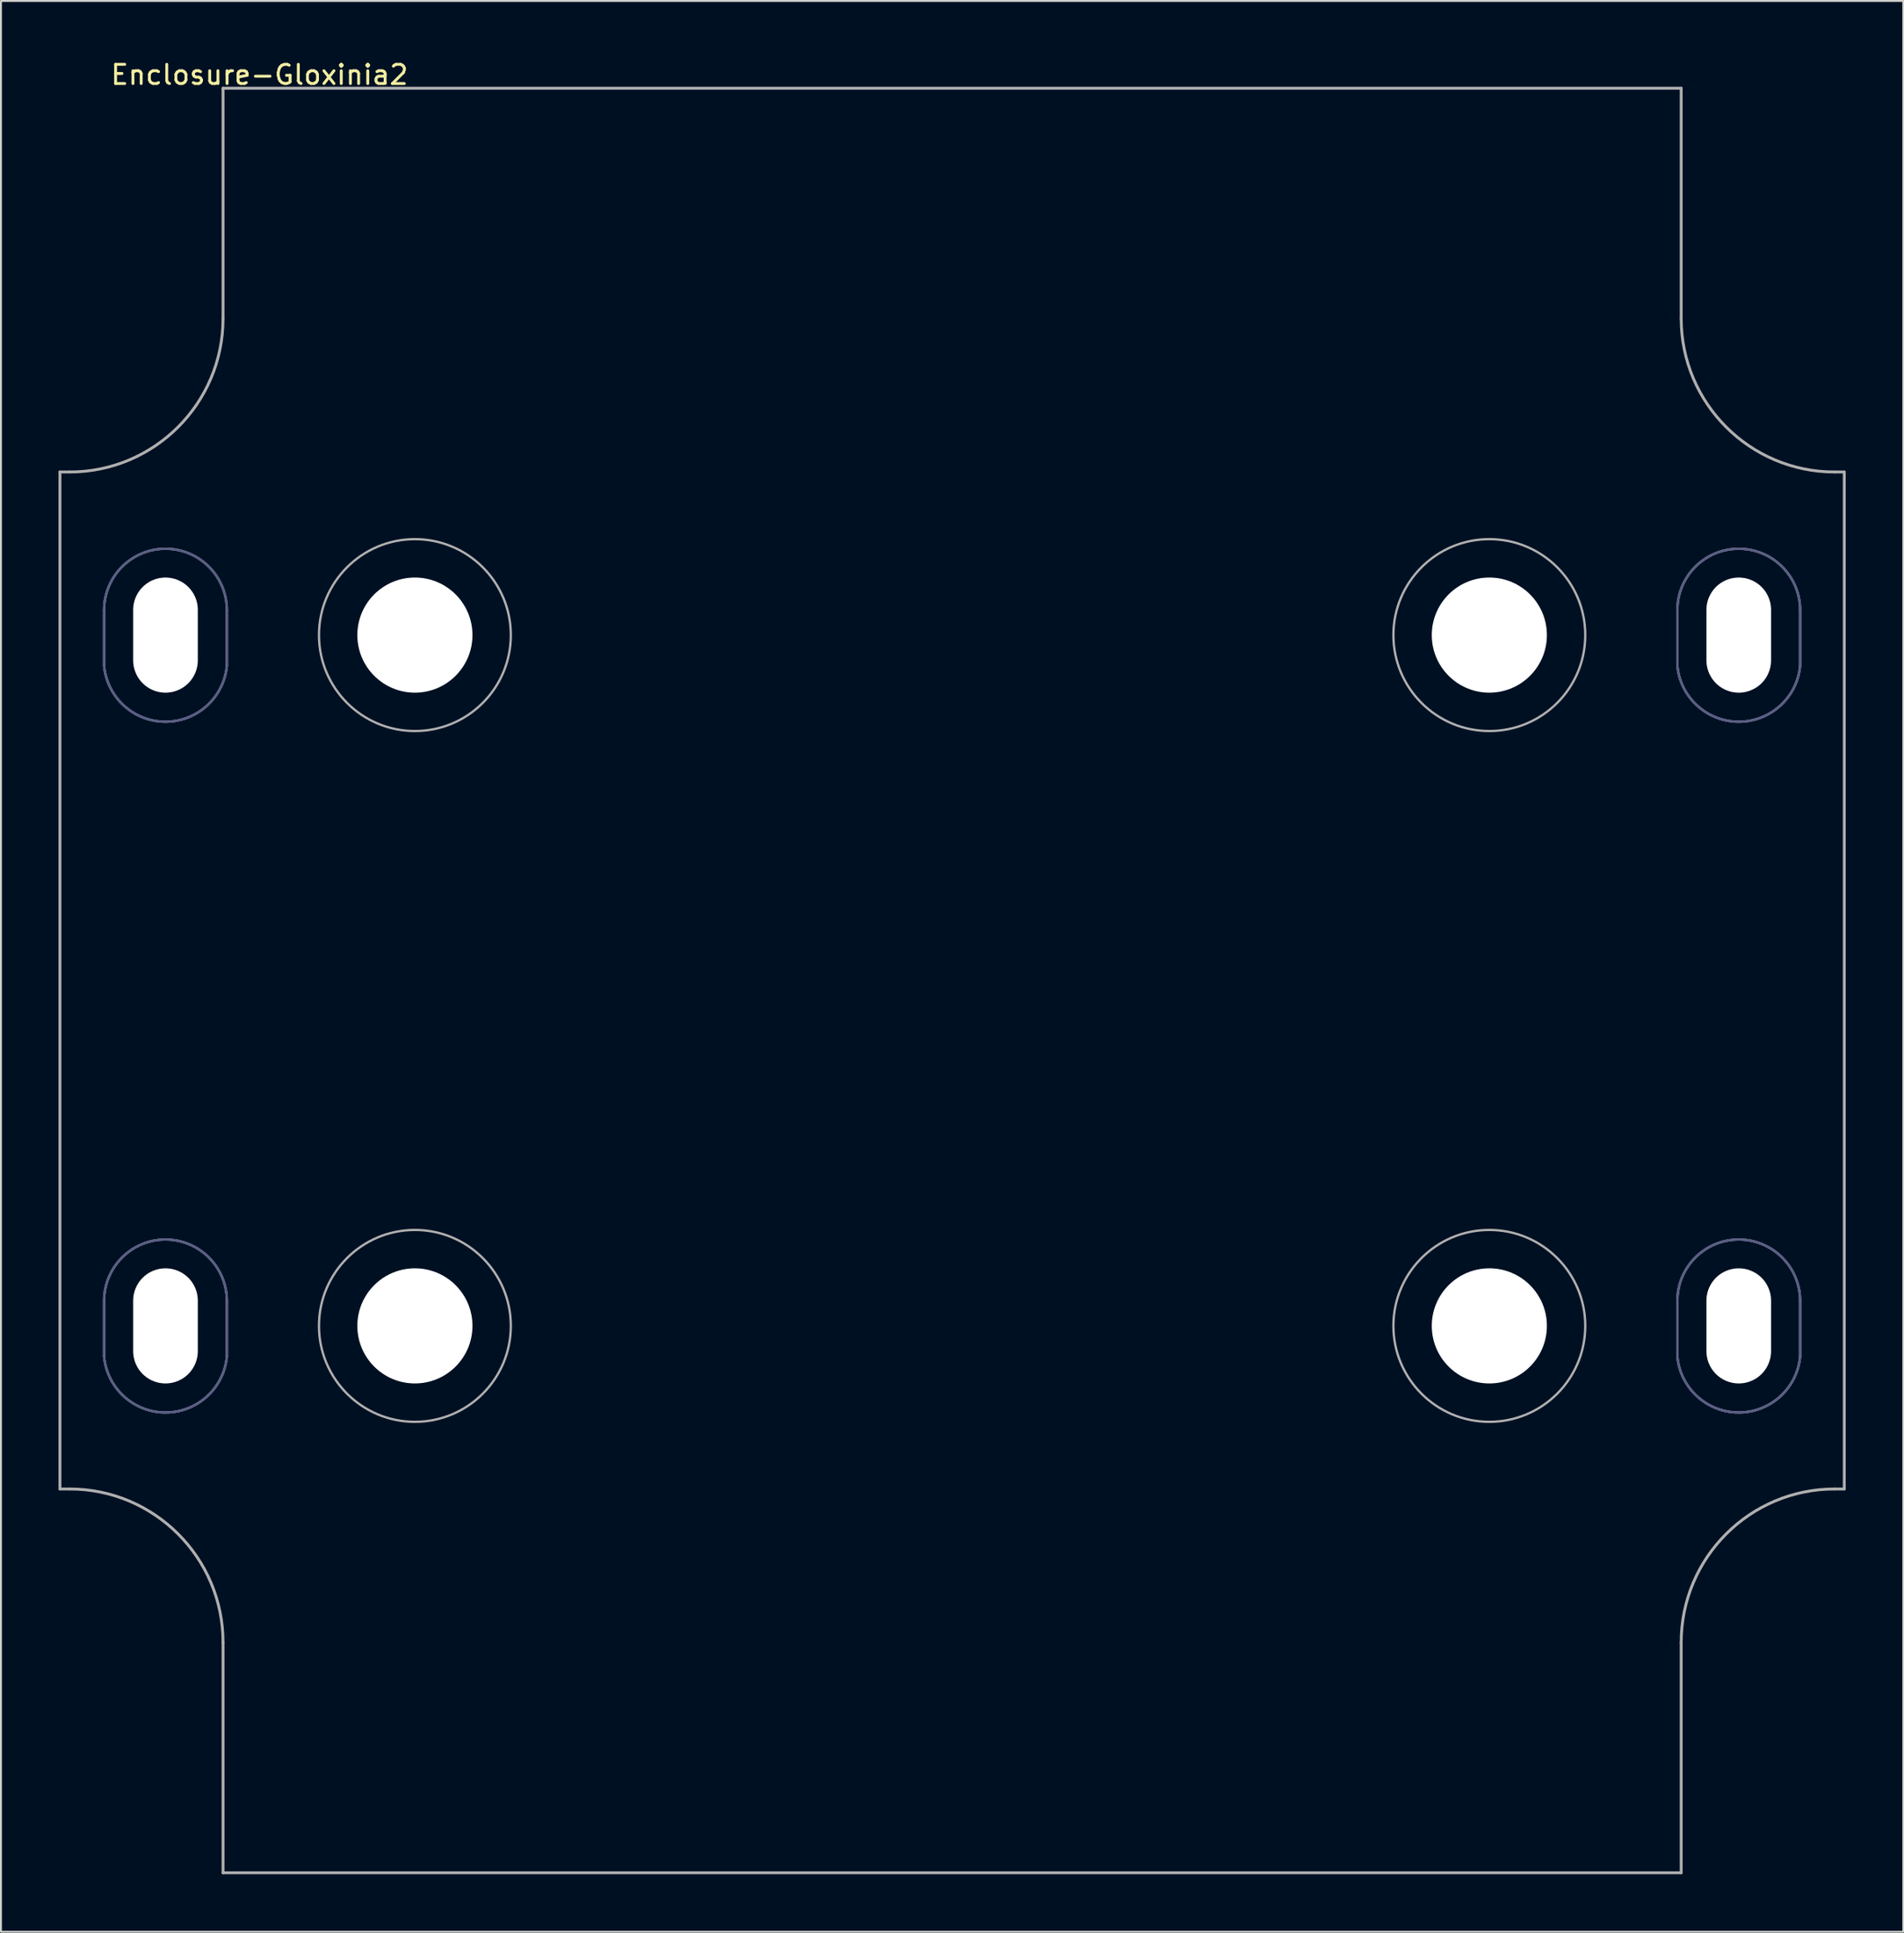
<source format=kicad_pcb>
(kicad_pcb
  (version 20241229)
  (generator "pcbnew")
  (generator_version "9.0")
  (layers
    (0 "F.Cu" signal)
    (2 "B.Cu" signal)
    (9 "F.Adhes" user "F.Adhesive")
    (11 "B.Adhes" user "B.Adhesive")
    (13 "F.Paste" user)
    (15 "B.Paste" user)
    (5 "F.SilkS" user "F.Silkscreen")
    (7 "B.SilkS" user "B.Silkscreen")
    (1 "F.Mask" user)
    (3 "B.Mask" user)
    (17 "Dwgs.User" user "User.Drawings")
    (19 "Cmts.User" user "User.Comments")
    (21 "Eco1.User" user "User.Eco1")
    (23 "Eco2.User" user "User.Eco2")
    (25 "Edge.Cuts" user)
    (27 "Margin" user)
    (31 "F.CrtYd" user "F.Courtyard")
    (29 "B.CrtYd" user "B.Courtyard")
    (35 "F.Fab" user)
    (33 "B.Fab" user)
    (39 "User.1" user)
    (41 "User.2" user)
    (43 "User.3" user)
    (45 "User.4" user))
  (footprint "Enclosure-Gloxinia2"
    (layer "F.Cu")
    (at 46.575 48.048)
    (property "Reference" "Enclosure-Gloxinia2" (at -36.1 -47.2 0) (layer "F.SilkS") (effects (font (size 1 1) (thickness 0.15))))
    (attr through_hole)
    (fp_line (start -44.2 -19.3) (end -44.2 -16.4) (stroke (width 0.12) (type solid)) (layer "B.Fab"))
    (fp_line (start -44.2 16.7) (end -44.2 19.6) (stroke (width 0.12) (type solid)) (layer "B.Fab"))
    (fp_line (start -37.8 -19.3) (end -37.8 -16.4) (stroke (width 0.12) (type solid)) (layer "B.Fab"))
    (fp_line (start -37.8 16.7) (end -37.8 19.6) (stroke (width 0.12) (type solid)) (layer "B.Fab"))
    (fp_line (start 37.8 -19.3) (end 37.8 -16.4) (stroke (width 0.12) (type solid)) (layer "B.Fab"))
    (fp_line (start 37.8 16.7) (end 37.8 19.6) (stroke (width 0.12) (type solid)) (layer "B.Fab"))
    (fp_line (start 44.2 -19.3) (end 44.2 -16.4) (stroke (width 0.12) (type solid)) (layer "B.Fab"))
    (fp_line (start 44.2 16.7) (end 44.2 19.6) (stroke (width 0.12) (type solid)) (layer "B.Fab"))
    (fp_arc (start -44.2 -19.3) (mid -41 -22.5) (end -37.8 -19.3) (stroke (width 0.12) (type solid)) (layer "B.Fab"))
    (fp_arc (start -44.2 16.7) (mid -41 13.5) (end -37.8 16.7) (stroke (width 0.12) (type solid)) (layer "B.Fab"))
    (fp_arc (start -37.8 -16.4) (mid -41 -13.485671) (end -44.2 -16.4) (stroke (width 0.12) (type solid)) (layer "B.Fab"))
    (fp_arc (start -37.8 19.6) (mid -41 22.514329) (end -44.2 19.6) (stroke (width 0.12) (type solid)) (layer "B.Fab"))
    (fp_arc (start 37.8 -19.3) (mid 41 -22.5) (end 44.2 -19.3) (stroke (width 0.12) (type solid)) (layer "B.Fab"))
    (fp_arc (start 37.8 16.7) (mid 41 13.5) (end 44.2 16.7) (stroke (width 0.12) (type solid)) (layer "B.Fab"))
    (fp_arc (start 44.2 -16.4) (mid 41 -13.485671) (end 37.8 -16.4) (stroke (width 0.12) (type solid)) (layer "B.Fab"))
    (fp_arc (start 44.2 19.6) (mid 41.000266 22.514683) (end 37.799939 19.600651) (stroke (width 0.12) (type solid)) (layer "B.Fab"))
    (fp_line (start -46.5 -26.5) (end -46.5 26.5) (stroke (width 0.15) (type solid)) (layer "F.Fab"))
    (fp_line (start -46.5 -26.5) (end -46 -26.5) (stroke (width 0.15) (type solid)) (layer "F.Fab"))
    (fp_line (start -46 26.5) (end -46.5 26.5) (stroke (width 0.15) (type solid)) (layer "F.Fab"))
    (fp_line (start -44.2 -19.3) (end -44.2 -16.4) (stroke (width 0.12) (type solid)) (layer "F.Fab"))
    (fp_line (start -44.2 16.7) (end -44.2 19.6) (stroke (width 0.12) (type solid)) (layer "F.Fab"))
    (fp_line (start -38 -46.5) (end -38 -34.5) (stroke (width 0.15) (type solid)) (layer "F.Fab"))
    (fp_line (start -38 -46.5) (end 38 -46.5) (stroke (width 0.15) (type solid)) (layer "F.Fab"))
    (fp_line (start -38 34.5) (end -38 46.5) (stroke (width 0.15) (type solid)) (layer "F.Fab"))
    (fp_line (start -37.8 -19.3) (end -37.8 -16.4) (stroke (width 0.12) (type solid)) (layer "F.Fab"))
    (fp_line (start -37.8 16.7) (end -37.8 19.6) (stroke (width 0.12) (type solid)) (layer "F.Fab"))
    (fp_line (start 37.8 -19.35) (end 37.8 -16.45) (stroke (width 0.12) (type solid)) (layer "F.Fab"))
    (fp_line (start 37.8 16.7) (end 37.8 19.6) (stroke (width 0.12) (type solid)) (layer "F.Fab"))
    (fp_line (start 38 -46.5) (end 38 -34.5) (stroke (width 0.15) (type solid)) (layer "F.Fab"))
    (fp_line (start 38 34.5) (end 38 46.5) (stroke (width 0.15) (type solid)) (layer "F.Fab"))
    (fp_line (start 38 46.5) (end -38 46.5) (stroke (width 0.15) (type solid)) (layer "F.Fab"))
    (fp_line (start 44.2 -19.3) (end 44.2 -16.4) (stroke (width 0.12) (type solid)) (layer "F.Fab"))
    (fp_line (start 44.2 16.7) (end 44.2 19.6) (stroke (width 0.12) (type solid)) (layer "F.Fab"))
    (fp_line (start 46.5 -26.5) (end 46 -26.5) (stroke (width 0.15) (type solid)) (layer "F.Fab"))
    (fp_line (start 46.5 -26.5) (end 46.5 26.5) (stroke (width 0.15) (type solid)) (layer "F.Fab"))
    (fp_line (start 46.5 26.5) (end 46 26.5) (stroke (width 0.15) (type solid)) (layer "F.Fab"))
    (fp_arc (start -46 26.5) (mid -40.343146 28.843146) (end -38 34.5) (stroke (width 0.15) (type solid)) (layer "F.Fab"))
    (fp_arc (start -44.2 -19.3) (mid -41 -22.5) (end -37.8 -19.3) (stroke (width 0.12) (type solid)) (layer "F.Fab"))
    (fp_arc (start -44.2 16.7) (mid -41 13.5) (end -37.8 16.7) (stroke (width 0.12) (type solid)) (layer "F.Fab"))
    (fp_arc (start -38 -34.5) (mid -40.343146 -28.843146) (end -46 -26.5) (stroke (width 0.15) (type solid)) (layer "F.Fab"))
    (fp_arc (start -37.799939 -16.400651) (mid -40.999673 -13.485968) (end -44.2 -16.4) (stroke (width 0.12) (type solid)) (layer "F.Fab"))
    (fp_arc (start -37.799939 19.599349) (mid -40.999673 22.514032) (end -44.2 19.6) (stroke (width 0.12) (type solid)) (layer "F.Fab"))
    (fp_arc (start 37.8 -19.3) (mid 41 -22.5) (end 44.2 -19.3) (stroke (width 0.12) (type solid)) (layer "F.Fab"))
    (fp_arc (start 37.8 16.7) (mid 41 13.5) (end 44.2 16.7) (stroke (width 0.12) (type solid)) (layer "F.Fab"))
    (fp_arc (start 38 34.5) (mid 40.343146 28.843146) (end 46 26.5) (stroke (width 0.15) (type solid)) (layer "F.Fab"))
    (fp_arc (start 44.2 -16.4) (mid 41 -13.485671) (end 37.8 -16.4) (stroke (width 0.12) (type solid)) (layer "F.Fab"))
    (fp_arc (start 44.2 19.6) (mid 41 22.514329) (end 37.8 19.6) (stroke (width 0.12) (type solid)) (layer "F.Fab"))
    (fp_arc (start 46 -26.5) (mid 40.343146 -28.843146) (end 38 -34.5) (stroke (width 0.15) (type solid)) (layer "F.Fab"))
    (fp_circle (center -28 -18) (end -23 -18) (stroke (width 0.12) (type solid)) (fill no) (layer "F.Fab"))
    (fp_circle (center -28 18) (end -23 18) (stroke (width 0.12) (type solid)) (fill no) (layer "F.Fab"))
    (fp_circle (center 28 -18) (end 33 -18) (stroke (width 0.12) (type solid)) (fill no) (layer "F.Fab"))
    (fp_circle (center 28 18) (end 33 18) (stroke (width 0.12) (type solid)) (fill no) (layer "F.Fab"))
    (pad "" np_thru_hole oval (at -41 -18) (size 3.37 6) (drill oval 3.37 6) (layers "*.Cu" "*.Mask"))
    (pad "" np_thru_hole oval (at -41 18) (size 3.37 6) (drill oval 3.37 6) (layers "*.Cu" "*.Mask"))
    (pad "" np_thru_hole oval (at -28 -18) (size 6 6) (drill 6) (layers "*.Cu" "*.Mask"))
    (pad "" np_thru_hole oval (at -28 18) (size 6 6) (drill 6) (layers "*.Cu" "*.Mask"))
    (pad "" np_thru_hole oval (at 28 -18) (size 6 6) (drill 6) (layers "*.Cu" "*.Mask"))
    (pad "" np_thru_hole oval (at 28 18) (size 6 6) (drill 6) (layers "*.Cu" "*.Mask"))
    (pad "" np_thru_hole oval (at 41 -18) (size 3.37 6) (drill oval 3.37 6) (layers "*.Cu" "*.Mask"))
    (pad "" np_thru_hole oval (at 41 18) (size 3.37 6) (drill oval 3.37 6) (layers "*.Cu" "*.Mask")))
  (gr_rect
    (start -3 -3)
    (end 96.15 97.623)
    (stroke (width 0.1) (type default))
    (fill no)
    (layer "Edge.Cuts")))
</source>
